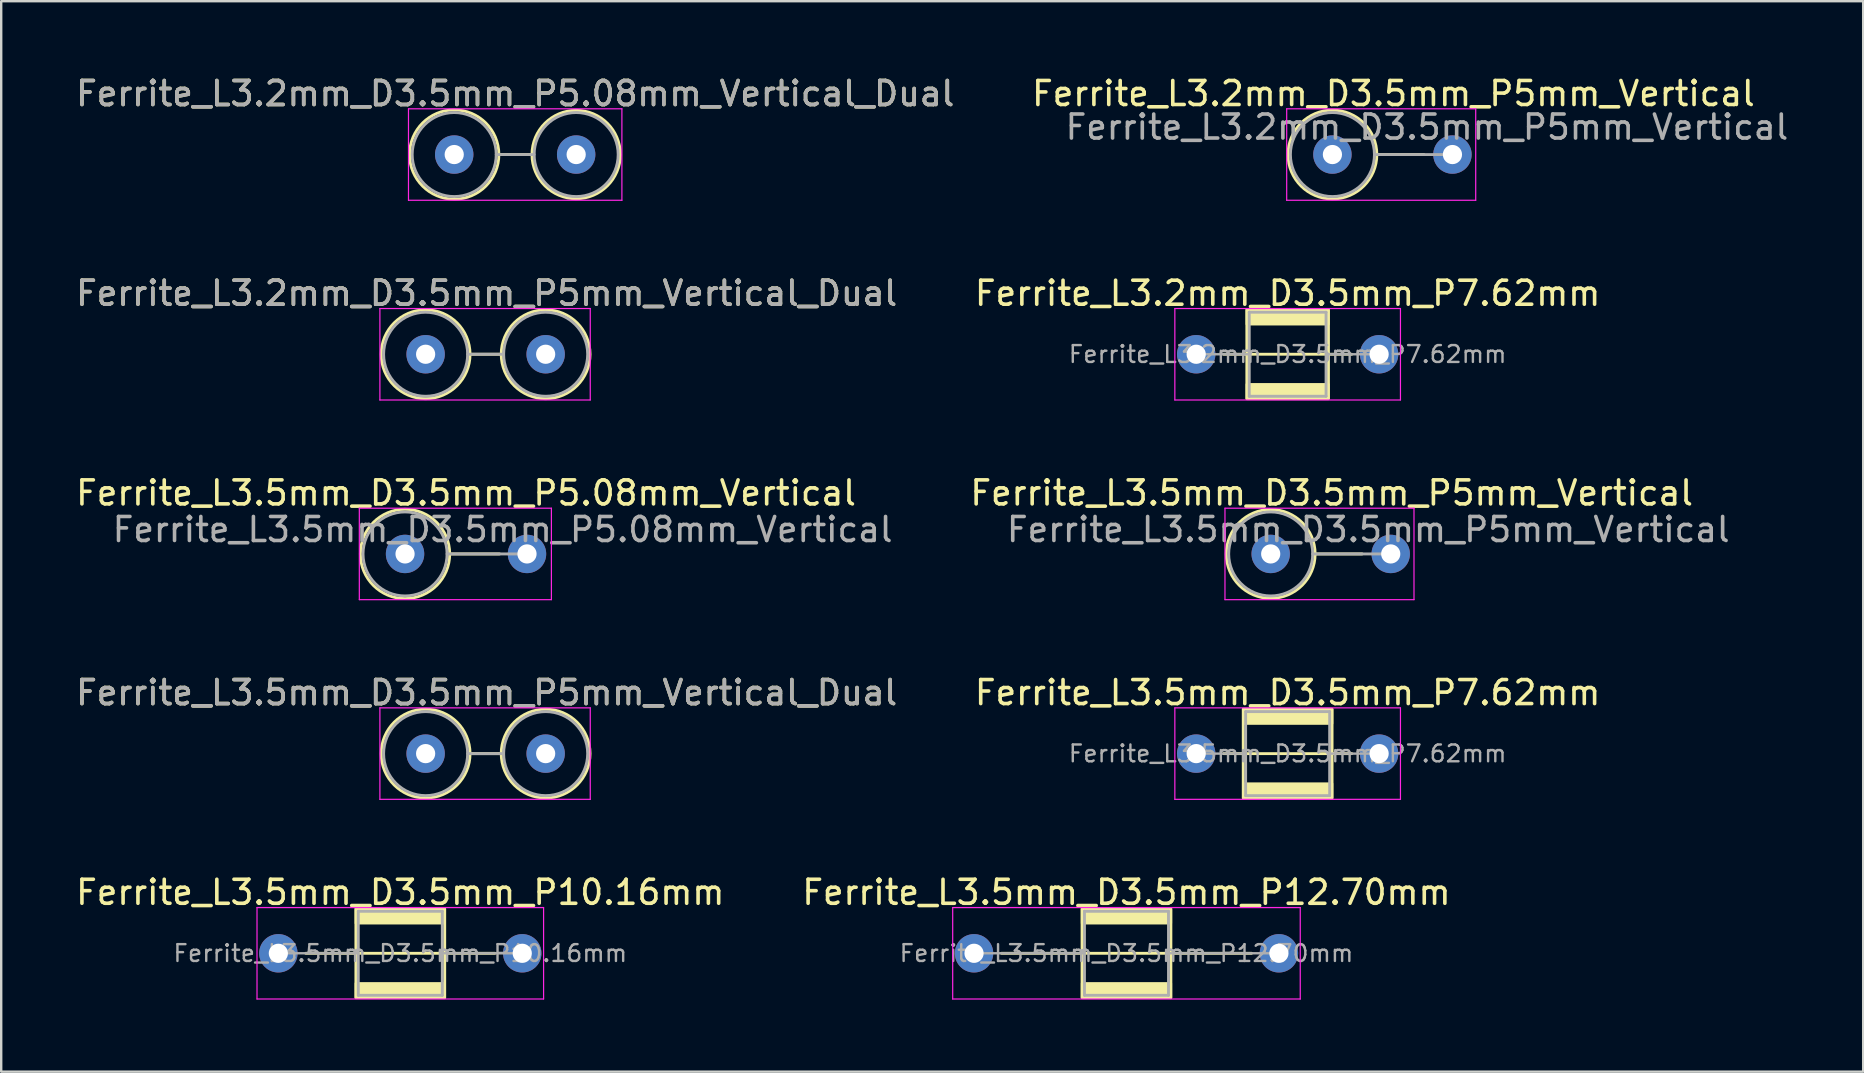
<source format=kicad_pcb>
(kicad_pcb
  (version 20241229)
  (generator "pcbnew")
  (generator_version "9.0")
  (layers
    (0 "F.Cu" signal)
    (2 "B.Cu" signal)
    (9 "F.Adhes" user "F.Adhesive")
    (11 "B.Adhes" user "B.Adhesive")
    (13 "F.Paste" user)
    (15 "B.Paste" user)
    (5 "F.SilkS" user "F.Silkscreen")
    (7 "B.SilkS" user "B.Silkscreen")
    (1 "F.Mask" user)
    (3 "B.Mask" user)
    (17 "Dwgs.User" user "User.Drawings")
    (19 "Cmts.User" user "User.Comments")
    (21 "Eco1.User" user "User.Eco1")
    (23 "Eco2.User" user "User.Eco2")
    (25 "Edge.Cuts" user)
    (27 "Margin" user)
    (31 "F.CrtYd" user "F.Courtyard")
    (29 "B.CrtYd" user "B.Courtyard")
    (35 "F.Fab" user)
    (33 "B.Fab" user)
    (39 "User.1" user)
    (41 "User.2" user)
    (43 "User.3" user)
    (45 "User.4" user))
  (footprint "Ferrite_L3.2mm_D3.5mm_P7.62mm"
    (layer "F.Cu")
    (at 46.779 11.707)
    (property "Reference" "Ferrite_L3.2mm_D3.5mm_P7.62mm" (at 3.81 -2.54 0) (layer "F.SilkS") (effects (font (size 1 1) (thickness 0.15))))
    (fp_line (start 6.477 0) (end 1.143 0) (stroke (width 0.12) (type solid)) (layer "F.SilkS"))
    (fp_rect (start 2.11 -1.85) (end 5.51 1.85) (stroke (width 0.12) (type solid)) (fill no) (layer "F.SilkS"))
    (fp_poly (pts (xy 5.51 -1.25) (xy 2.11 -1.25) (xy 2.11 -1.85) (xy 5.51 -1.85)) (stroke (width 0.1) (type solid)) (fill yes) (layer "F.SilkS"))
    (fp_poly (pts (xy 5.51 1.85) (xy 2.11 1.85) (xy 2.11 1.25) (xy 5.51 1.25)) (stroke (width 0.1) (type solid)) (fill yes) (layer "F.SilkS"))
    (fp_line (start -0.889 -1.905) (end 8.509 -1.905) (stroke (width 0.05) (type solid)) (layer "F.CrtYd"))
    (fp_line (start -0.889 1.905) (end -0.889 -1.905) (stroke (width 0.05) (type solid)) (layer "F.CrtYd"))
    (fp_line (start 8.509 -1.905) (end 8.509 1.905) (stroke (width 0.05) (type solid)) (layer "F.CrtYd"))
    (fp_line (start 8.509 1.905) (end -0.889 1.905) (stroke (width 0.05) (type solid)) (layer "F.CrtYd"))
    (fp_line (start 0 0) (end 2.21 0) (stroke (width 0.1) (type solid)) (layer "F.Fab"))
    (fp_line (start 2.21 -1.75) (end 2.21 1.75) (stroke (width 0.12) (type solid)) (layer "F.Fab"))
    (fp_line (start 2.21 1.75) (end 5.41 1.75) (stroke (width 0.12) (type solid)) (layer "F.Fab"))
    (fp_line (start 5.41 -1.75) (end 2.21 -1.75) (stroke (width 0.12) (type solid)) (layer "F.Fab"))
    (fp_line (start 5.41 1.75) (end 5.41 -1.75) (stroke (width 0.12) (type solid)) (layer "F.Fab"))
    (fp_line (start 7.62 0) (end 5.41 0) (stroke (width 0.1) (type solid)) (layer "F.Fab"))
    (fp_text user "${REFERENCE}" (at 3.81 0 0) (layer "F.Fab") (effects (font (size 0.7 0.7) (thickness 0.1))))
    (pad "1" thru_hole circle (at 0 0) (size 1.6 1.6) (drill 0.8) (layers "*.Cu" "*.Mask"))
    (pad "2" thru_hole circle (at 7.62 0) (size 1.6 1.6) (drill 0.8) (layers "*.Cu" "*.Mask")))
  (footprint "Ferrite_L3.5mm_D3.5mm_P5mm_Vertical"
    (layer "F.Cu")
    (at 49.883 20.025)
    (property "Reference" "Ferrite_L3.5mm_D3.5mm_P5mm_Vertical" (at 2.54 -2.54 0) (layer "F.SilkS") (effects (font (size 1 1) (thickness 0.15))))
    (fp_line (start 1.85 0) (end 3.81 0) (stroke (width 0.12) (type solid)) (layer "F.SilkS"))
    (fp_circle (center 0 0) (end -1.85 0) (stroke (width 0.12) (type solid)) (fill no) (layer "F.SilkS"))
    (fp_line (start -1.905 -1.905) (end 5.969 -1.905) (stroke (width 0.05) (type solid)) (layer "F.CrtYd"))
    (fp_line (start -1.905 1.905) (end -1.905 -1.905) (stroke (width 0.05) (type solid)) (layer "F.CrtYd"))
    (fp_line (start 5.969 -1.905) (end 5.969 1.905) (stroke (width 0.05) (type solid)) (layer "F.CrtYd"))
    (fp_line (start 5.969 1.905) (end -1.905 1.905) (stroke (width 0.05) (type solid)) (layer "F.CrtYd"))
    (fp_line (start 1.75 0) (end 5 0) (stroke (width 0.12) (type solid)) (layer "F.Fab"))
    (fp_circle (center 0 0) (end -1.75 0) (stroke (width 0.12) (type solid)) (fill no) (layer "F.Fab"))
    (fp_text user "${REFERENCE}" (at 4.064 -1.016 0) (layer "F.Fab") (effects (font (size 1 1) (thickness 0.15))))
    (pad "1" thru_hole circle (at 0 0) (size 1.6 1.6) (drill 0.8) (layers "*.Cu" "*.Mask"))
    (pad "2" thru_hole circle (at 5 0) (size 1.6 1.6) (drill 0.8) (layers "*.Cu" "*.Mask")))
  (footprint "Ferrite_L3.5mm_D3.5mm_P5.08mm_Vertical"
    (layer "F.Cu")
    (at 13.823 20.025)
    (property "Reference" "Ferrite_L3.5mm_D3.5mm_P5.08mm_Vertical" (at 2.54 -2.54 0) (layer "F.SilkS") (effects (font (size 1 1) (thickness 0.15))))
    (fp_line (start 1.86 0) (end 3.937 0) (stroke (width 0.12) (type solid)) (layer "F.SilkS"))
    (fp_circle (center 0 0) (end -1.86 0) (stroke (width 0.12) (type solid)) (fill no) (layer "F.SilkS"))
    (fp_line (start -1.905 -1.905) (end 6.096 -1.905) (stroke (width 0.05) (type solid)) (layer "F.CrtYd"))
    (fp_line (start -1.905 1.905) (end -1.905 -1.905) (stroke (width 0.05) (type solid)) (layer "F.CrtYd"))
    (fp_line (start 6.096 -1.905) (end 6.096 1.905) (stroke (width 0.05) (type solid)) (layer "F.CrtYd"))
    (fp_line (start 6.096 1.905) (end -1.905 1.905) (stroke (width 0.05) (type solid)) (layer "F.CrtYd"))
    (fp_line (start 1.75 0) (end 5.08 0) (stroke (width 0.12) (type solid)) (layer "F.Fab"))
    (fp_circle (center 0 0) (end -1.75 0) (stroke (width 0.12) (type solid)) (fill no) (layer "F.Fab"))
    (fp_text user "${REFERENCE}" (at 4.064 -1.016 0) (layer "F.Fab") (effects (font (size 1 1) (thickness 0.15))))
    (pad "1" thru_hole circle (at 0 0) (size 1.6 1.6) (drill 0.8) (layers "*.Cu" "*.Mask"))
    (pad "2" thru_hole circle (at 5.08 0) (size 1.6 1.6) (drill 0.8) (layers "*.Cu" "*.Mask")))
  (footprint "Ferrite_L3.5mm_D3.5mm_P10.16mm"
    (layer "F.Cu")
    (at 8.545 36.661)
    (property "Reference" "Ferrite_L3.5mm_D3.5mm_P10.16mm" (at 5.08 -2.54 0) (layer "F.SilkS") (effects (font (size 1 1) (thickness 0.15))))
    (fp_line (start 9.017 0) (end 1.143 0) (stroke (width 0.12) (type solid)) (layer "F.SilkS"))
    (fp_rect (start 3.23 -1.85) (end 6.93 1.85) (stroke (width 0.12) (type solid)) (fill no) (layer "F.SilkS"))
    (fp_poly (pts (xy 6.93 -1.25) (xy 3.23 -1.25) (xy 3.23 -1.85) (xy 6.93 -1.85)) (stroke (width 0.1) (type solid)) (fill yes) (layer "F.SilkS"))
    (fp_poly (pts (xy 6.93 1.85) (xy 3.23 1.85) (xy 3.23 1.25) (xy 6.93 1.25)) (stroke (width 0.1) (type solid)) (fill yes) (layer "F.SilkS"))
    (fp_line (start -0.889 -1.905) (end 11.049 -1.905) (stroke (width 0.05) (type solid)) (layer "F.CrtYd"))
    (fp_line (start -0.889 1.905) (end -0.889 -1.905) (stroke (width 0.05) (type solid)) (layer "F.CrtYd"))
    (fp_line (start 11.049 -1.905) (end 11.049 1.905) (stroke (width 0.05) (type solid)) (layer "F.CrtYd"))
    (fp_line (start 11.049 1.905) (end -0.889 1.905) (stroke (width 0.05) (type solid)) (layer "F.CrtYd"))
    (fp_line (start 3.33 -1.75) (end 3.33 1.75) (stroke (width 0.12) (type solid)) (layer "F.Fab"))
    (fp_line (start 3.33 0) (end 0 0) (stroke (width 0.1) (type solid)) (layer "F.Fab"))
    (fp_line (start 3.33 1.75) (end 6.83 1.75) (stroke (width 0.12) (type solid)) (layer "F.Fab"))
    (fp_line (start 6.83 -1.75) (end 3.33 -1.75) (stroke (width 0.12) (type solid)) (layer "F.Fab"))
    (fp_line (start 6.83 0) (end 10.16 0) (stroke (width 0.1) (type solid)) (layer "F.Fab"))
    (fp_line (start 6.83 1.75) (end 6.83 -1.75) (stroke (width 0.12) (type solid)) (layer "F.Fab"))
    (fp_text user "${REFERENCE}" (at 5.08 0 0) (layer "F.Fab") (effects (font (size 0.7 0.7) (thickness 0.1))))
    (pad "1" thru_hole circle (at 0 0) (size 1.6 1.6) (drill 0.8) (layers "*.Cu" "*.Mask"))
    (pad "2" thru_hole circle (at 10.16 0) (size 1.6 1.6) (drill 0.8) (layers "*.Cu" "*.Mask")))
  (footprint "Ferrite_L3.2mm_D3.5mm_P5mm_Vertical_Dual"
    (layer "F.Cu")
    (at 14.68 11.707)
    (property "Reference" "Ferrite_L3.2mm_D3.5mm_P5mm_Vertical_Dual" (at 2.54 -2.54 0) (layer "F.SilkS") (effects (font (size 1 1) (thickness 0.15))))
    (fp_line (start 1.85 0) (end 3.15 0) (stroke (width 0.12) (type solid)) (layer "F.SilkS"))
    (fp_circle (center 0 0) (end -1.85 0) (stroke (width 0.12) (type solid)) (fill no) (layer "F.SilkS"))
    (fp_circle (center 5 0) (end 3.15 0) (stroke (width 0.12) (type solid)) (fill no) (layer "F.SilkS"))
    (fp_line (start -1.905 -1.905) (end 6.858 -1.905) (stroke (width 0.05) (type solid)) (layer "F.CrtYd"))
    (fp_line (start -1.905 1.905) (end -1.905 -1.905) (stroke (width 0.05) (type solid)) (layer "F.CrtYd"))
    (fp_line (start 6.858 -1.905) (end 6.858 1.905) (stroke (width 0.05) (type solid)) (layer "F.CrtYd"))
    (fp_line (start 6.858 1.905) (end -1.905 1.905) (stroke (width 0.05) (type solid)) (layer "F.CrtYd"))
    (fp_line (start 1.75 0) (end 3.25 0) (stroke (width 0.12) (type solid)) (layer "F.Fab"))
    (fp_circle (center 0 0) (end -1.75 0) (stroke (width 0.12) (type solid)) (fill no) (layer "F.Fab"))
    (fp_circle (center 5 0) (end 3.25 0) (stroke (width 0.12) (type solid)) (fill no) (layer "F.Fab"))
    (fp_text user "${REFERENCE}" (at 2.54 -2.539 0) (layer "F.Fab") (effects (font (size 1 1) (thickness 0.15))))
    (pad "1" thru_hole circle (at 0 0) (size 1.6 1.6) (drill 0.8) (layers "*.Cu" "*.Mask"))
    (pad "2" thru_hole circle (at 5 0) (size 1.6 1.6) (drill 0.8) (layers "*.Cu" "*.Mask")))
  (footprint "Ferrite_L3.5mm_D3.5mm_P5mm_Vertical_Dual"
    (layer "F.Cu")
    (at 14.68 28.343)
    (property "Reference" "Ferrite_L3.5mm_D3.5mm_P5mm_Vertical_Dual" (at 2.54 -2.54 0) (layer "F.SilkS") (effects (font (size 1 1) (thickness 0.15))))
    (fp_line (start 1.85 0) (end 3.15 0) (stroke (width 0.12) (type solid)) (layer "F.SilkS"))
    (fp_circle (center 0 0) (end -1.85 0) (stroke (width 0.12) (type solid)) (fill no) (layer "F.SilkS"))
    (fp_circle (center 5 0) (end 3.15 0) (stroke (width 0.12) (type solid)) (fill no) (layer "F.SilkS"))
    (fp_line (start -1.905 -1.905) (end 6.858 -1.905) (stroke (width 0.05) (type solid)) (layer "F.CrtYd"))
    (fp_line (start -1.905 1.905) (end -1.905 -1.905) (stroke (width 0.05) (type solid)) (layer "F.CrtYd"))
    (fp_line (start 6.858 -1.905) (end 6.858 1.905) (stroke (width 0.05) (type solid)) (layer "F.CrtYd"))
    (fp_line (start 6.858 1.905) (end -1.905 1.905) (stroke (width 0.05) (type solid)) (layer "F.CrtYd"))
    (fp_line (start 1.75 0) (end 3.25 0) (stroke (width 0.12) (type solid)) (layer "F.Fab"))
    (fp_circle (center 0 0) (end -1.75 0) (stroke (width 0.12) (type solid)) (fill no) (layer "F.Fab"))
    (fp_circle (center 5 0) (end 3.25 0) (stroke (width 0.12) (type solid)) (fill no) (layer "F.Fab"))
    (fp_text user "${REFERENCE}" (at 2.54 -2.539 0) (layer "F.Fab") (effects (font (size 1 1) (thickness 0.15))))
    (pad "1" thru_hole circle (at 0 0) (size 1.6 1.6) (drill 0.8) (layers "*.Cu" "*.Mask"))
    (pad "2" thru_hole circle (at 5 0) (size 1.6 1.6) (drill 0.8) (layers "*.Cu" "*.Mask")))
  (footprint "Ferrite_L3.5mm_D3.5mm_P12.70mm"
    (layer "F.Cu")
    (at 37.525 36.661)
    (property "Reference" "Ferrite_L3.5mm_D3.5mm_P12.70mm" (at 6.35 -2.54 0) (layer "F.SilkS") (effects (font (size 1 1) (thickness 0.15))))
    (fp_line (start 11.557 0) (end 1.143 0) (stroke (width 0.12) (type solid)) (layer "F.SilkS"))
    (fp_rect (start 4.5 -1.85) (end 8.2 1.85) (stroke (width 0.12) (type solid)) (fill no) (layer "F.SilkS"))
    (fp_poly (pts (xy 8.2 -1.25) (xy 4.5 -1.25) (xy 4.5 -1.85) (xy 8.2 -1.85)) (stroke (width 0.1) (type solid)) (fill yes) (layer "F.SilkS"))
    (fp_poly (pts (xy 8.2 1.85) (xy 4.5 1.85) (xy 4.5 1.25) (xy 8.2 1.25)) (stroke (width 0.1) (type solid)) (fill yes) (layer "F.SilkS"))
    (fp_line (start -0.889 -1.905) (end 13.589 -1.905) (stroke (width 0.05) (type solid)) (layer "F.CrtYd"))
    (fp_line (start -0.889 1.905) (end -0.889 -1.905) (stroke (width 0.05) (type solid)) (layer "F.CrtYd"))
    (fp_line (start 13.589 -1.905) (end 13.589 1.905) (stroke (width 0.05) (type solid)) (layer "F.CrtYd"))
    (fp_line (start 13.589 1.905) (end -0.889 1.905) (stroke (width 0.05) (type solid)) (layer "F.CrtYd"))
    (fp_line (start 4.6 -1.75) (end 4.6 1.75) (stroke (width 0.12) (type solid)) (layer "F.Fab"))
    (fp_line (start 4.6 0) (end 0 0) (stroke (width 0.1) (type solid)) (layer "F.Fab"))
    (fp_line (start 4.6 1.75) (end 8.1 1.75) (stroke (width 0.12) (type solid)) (layer "F.Fab"))
    (fp_line (start 8.1 -1.75) (end 4.6 -1.75) (stroke (width 0.12) (type solid)) (layer "F.Fab"))
    (fp_line (start 8.1 0) (end 12.7 0) (stroke (width 0.1) (type solid)) (layer "F.Fab"))
    (fp_line (start 8.1 1.75) (end 8.1 -1.75) (stroke (width 0.12) (type solid)) (layer "F.Fab"))
    (fp_text user "${REFERENCE}" (at 6.35 0 0) (layer "F.Fab") (effects (font (size 0.7 0.7) (thickness 0.1))))
    (pad "1" thru_hole circle (at 0 0) (size 1.6 1.6) (drill 0.8) (layers "*.Cu" "*.Mask"))
    (pad "2" thru_hole circle (at 12.7 0) (size 1.6 1.6) (drill 0.8) (layers "*.Cu" "*.Mask")))
  (footprint "Ferrite_L3.5mm_D3.5mm_P7.62mm"
    (layer "F.Cu")
    (at 46.779 28.343)
    (property "Reference" "Ferrite_L3.5mm_D3.5mm_P7.62mm" (at 3.81 -2.54 0) (layer "F.SilkS") (effects (font (size 1 1) (thickness 0.15))))
    (fp_line (start 6.477 0) (end 1.143 0) (stroke (width 0.12) (type solid)) (layer "F.SilkS"))
    (fp_rect (start 1.96 -1.85) (end 5.66 1.85) (stroke (width 0.12) (type solid)) (fill no) (layer "F.SilkS"))
    (fp_poly (pts (xy 5.66 -1.25) (xy 1.96 -1.25) (xy 1.96 -1.85) (xy 5.66 -1.85)) (stroke (width 0.1) (type solid)) (fill yes) (layer "F.SilkS"))
    (fp_poly (pts (xy 5.66 1.85) (xy 1.96 1.85) (xy 1.96 1.25) (xy 5.66 1.25)) (stroke (width 0.1) (type solid)) (fill yes) (layer "F.SilkS"))
    (fp_line (start -0.889 -1.905) (end 8.509 -1.905) (stroke (width 0.05) (type solid)) (layer "F.CrtYd"))
    (fp_line (start -0.889 1.905) (end -0.889 -1.905) (stroke (width 0.05) (type solid)) (layer "F.CrtYd"))
    (fp_line (start 8.509 -1.905) (end 8.509 1.905) (stroke (width 0.05) (type solid)) (layer "F.CrtYd"))
    (fp_line (start 8.509 1.905) (end -0.889 1.905) (stroke (width 0.05) (type solid)) (layer "F.CrtYd"))
    (fp_line (start 0 0) (end 2.06 0) (stroke (width 0.1) (type solid)) (layer "F.Fab"))
    (fp_line (start 2.06 -1.75) (end 2.06 1.75) (stroke (width 0.12) (type solid)) (layer "F.Fab"))
    (fp_line (start 2.06 1.75) (end 5.56 1.75) (stroke (width 0.12) (type solid)) (layer "F.Fab"))
    (fp_line (start 5.56 -1.75) (end 2.06 -1.75) (stroke (width 0.12) (type solid)) (layer "F.Fab"))
    (fp_line (start 5.56 0) (end 7.62 0) (stroke (width 0.1) (type solid)) (layer "F.Fab"))
    (fp_line (start 5.56 1.75) (end 5.56 -1.75) (stroke (width 0.12) (type solid)) (layer "F.Fab"))
    (fp_text user "${REFERENCE}" (at 3.81 0 0) (layer "F.Fab") (effects (font (size 0.7 0.7) (thickness 0.1))))
    (pad "1" thru_hole circle (at 0 0) (size 1.6 1.6) (drill 0.8) (layers "*.Cu" "*.Mask"))
    (pad "2" thru_hole circle (at 7.62 0) (size 1.6 1.6) (drill 0.8) (layers "*.Cu" "*.Mask")))
  (footprint "Ferrite_L3.2mm_D3.5mm_P5.08mm_Vertical_Dual"
    (layer "F.Cu")
    (at 15.871 3.388)
    (property "Reference" "Ferrite_L3.2mm_D3.5mm_P5.08mm_Vertical_Dual" (at 2.54 -2.54 0) (layer "F.SilkS") (effects (font (size 1 1) (thickness 0.15))))
    (fp_line (start 1.86 0) (end 3.24 0) (stroke (width 0.12) (type solid)) (layer "F.SilkS"))
    (fp_circle (center 0 0) (end -1.86 0) (stroke (width 0.12) (type solid)) (fill no) (layer "F.SilkS"))
    (fp_circle (center 5.08 0) (end 3.24 0) (stroke (width 0.12) (type solid)) (fill no) (layer "F.SilkS"))
    (fp_line (start -1.905 -1.905) (end 6.985 -1.905) (stroke (width 0.05) (type solid)) (layer "F.CrtYd"))
    (fp_line (start -1.905 1.905) (end -1.905 -1.905) (stroke (width 0.05) (type solid)) (layer "F.CrtYd"))
    (fp_line (start 6.985 -1.905) (end 6.985 1.905) (stroke (width 0.05) (type solid)) (layer "F.CrtYd"))
    (fp_line (start 6.985 1.905) (end -1.905 1.905) (stroke (width 0.05) (type solid)) (layer "F.CrtYd"))
    (fp_line (start 1.75 0) (end 3.33 0) (stroke (width 0.12) (type solid)) (layer "F.Fab"))
    (fp_circle (center 0 0) (end -1.75 0) (stroke (width 0.12) (type solid)) (fill no) (layer "F.Fab"))
    (fp_circle (center 5.08 0) (end 3.33 0) (stroke (width 0.12) (type solid)) (fill no) (layer "F.Fab"))
    (fp_text user "${REFERENCE}" (at 2.54 -2.539 0) (layer "F.Fab") (effects (font (size 1 1) (thickness 0.15))))
    (pad "1" thru_hole circle (at 0 0) (size 1.6 1.6) (drill 0.8) (layers "*.Cu" "*.Mask"))
    (pad "2" thru_hole circle (at 5.08 0) (size 1.6 1.6) (drill 0.8) (layers "*.Cu" "*.Mask")))
  (footprint "Ferrite_L3.2mm_D3.5mm_P5mm_Vertical"
    (layer "F.Cu")
    (at 52.454 3.388)
    (property "Reference" "Ferrite_L3.2mm_D3.5mm_P5mm_Vertical" (at 2.54 -2.54 0) (layer "F.SilkS") (effects (font (size 1 1) (thickness 0.15))))
    (fp_line (start 1.85 0) (end 3.81 0) (stroke (width 0.12) (type solid)) (layer "F.SilkS"))
    (fp_circle (center 0 0) (end -1.85 0) (stroke (width 0.12) (type solid)) (fill no) (layer "F.SilkS"))
    (fp_line (start -1.905 -1.905) (end 5.969 -1.905) (stroke (width 0.05) (type solid)) (layer "F.CrtYd"))
    (fp_line (start -1.905 1.905) (end -1.905 -1.905) (stroke (width 0.05) (type solid)) (layer "F.CrtYd"))
    (fp_line (start 5.969 -1.905) (end 5.969 1.905) (stroke (width 0.05) (type solid)) (layer "F.CrtYd"))
    (fp_line (start 5.969 1.905) (end -1.905 1.905) (stroke (width 0.05) (type solid)) (layer "F.CrtYd"))
    (fp_line (start 1.75 0) (end 5 0) (stroke (width 0.12) (type solid)) (layer "F.Fab"))
    (fp_circle (center 0 0) (end -1.75 0) (stroke (width 0.12) (type solid)) (fill no) (layer "F.Fab"))
    (fp_text user "${REFERENCE}" (at 3.937 -1.143 0) (layer "F.Fab") (effects (font (size 1 1) (thickness 0.15))))
    (pad "1" thru_hole circle (at 0 0) (size 1.6 1.6) (drill 0.8) (layers "*.Cu" "*.Mask"))
    (pad "2" thru_hole circle (at 5 0) (size 1.6 1.6) (drill 0.8) (layers "*.Cu" "*.Mask")))
  (gr_rect
    (start -3 -3)
    (end 74.564 41.591)
    (stroke (width 0.1) (type default))
    (fill no)
    (layer "Edge.Cuts")))
</source>
